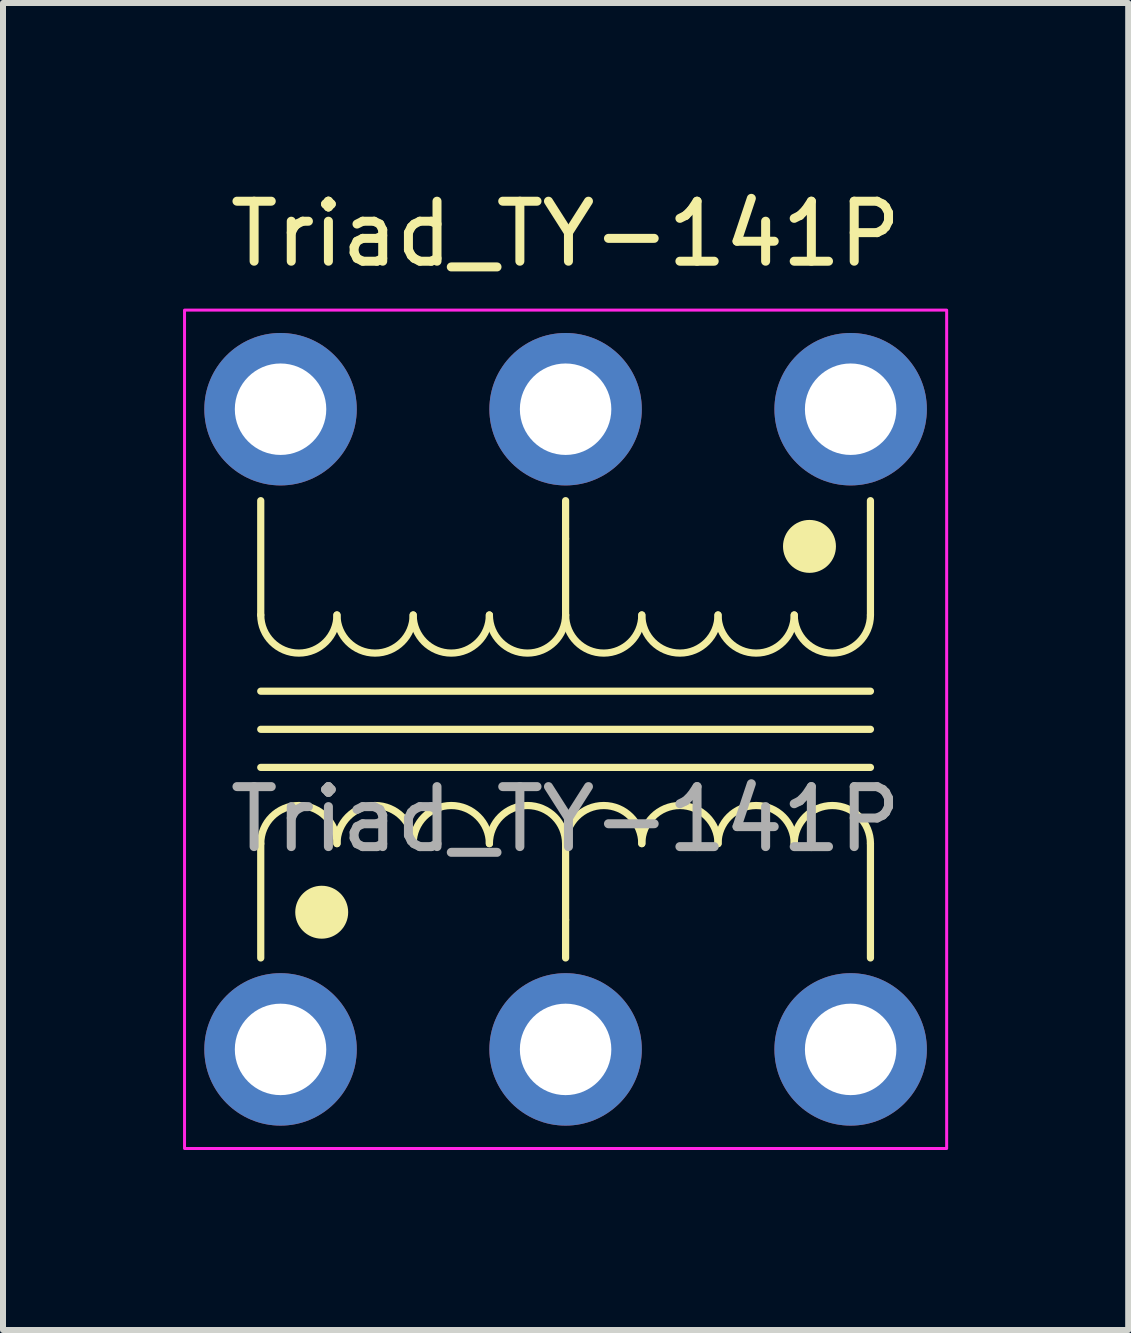
<source format=kicad_pcb>
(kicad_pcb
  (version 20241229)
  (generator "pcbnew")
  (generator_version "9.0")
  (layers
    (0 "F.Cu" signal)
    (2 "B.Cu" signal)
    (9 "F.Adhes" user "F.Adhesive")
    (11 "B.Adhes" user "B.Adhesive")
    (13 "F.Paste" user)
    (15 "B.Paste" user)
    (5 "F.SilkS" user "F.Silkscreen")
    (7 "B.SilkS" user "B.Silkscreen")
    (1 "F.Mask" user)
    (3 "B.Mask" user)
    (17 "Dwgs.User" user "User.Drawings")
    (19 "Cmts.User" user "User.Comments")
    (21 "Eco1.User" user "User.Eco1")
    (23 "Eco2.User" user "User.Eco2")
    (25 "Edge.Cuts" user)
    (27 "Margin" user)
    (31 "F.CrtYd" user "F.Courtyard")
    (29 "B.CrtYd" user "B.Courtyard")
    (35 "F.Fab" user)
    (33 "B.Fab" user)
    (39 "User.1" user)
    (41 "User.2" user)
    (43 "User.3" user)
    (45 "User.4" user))
  (footprint "Triad_TY-141P"
    (layer "F.Cu")
    (at 6.375 9.103)
    (property "Reference" "Triad_TY-141P" (at 0 -8.255 0) (unlocked yes) (layer "F.SilkS") (effects (font (size 1 1) (thickness 0.15))))
    (attr smd)
    (fp_line (start -5.08 -1.905) (end -5.08 -3.81) (stroke (width 0.12) (type solid)) (layer "F.SilkS"))
    (fp_line (start -5.08 -0.635) (end 5.08 -0.635) (stroke (width 0.12) (type solid)) (layer "F.SilkS"))
    (fp_line (start -5.08 0) (end 5.08 0) (stroke (width 0.12) (type solid)) (layer "F.SilkS"))
    (fp_line (start -5.08 0.635) (end 5.08 0.635) (stroke (width 0.12) (type solid)) (layer "F.SilkS"))
    (fp_line (start -5.08 1.905) (end -5.08 3.81) (stroke (width 0.12) (type solid)) (layer "F.SilkS"))
    (fp_line (start 0 -3.175) (end 0 -3.81) (stroke (width 0.12) (type solid)) (layer "F.SilkS"))
    (fp_line (start 0 -1.905) (end 0 -3.175) (stroke (width 0.12) (type solid)) (layer "F.SilkS"))
    (fp_line (start 0 1.905) (end 0 3.175) (stroke (width 0.12) (type solid)) (layer "F.SilkS"))
    (fp_line (start 0 3.175) (end 0 3.81) (stroke (width 0.12) (type solid)) (layer "F.SilkS"))
    (fp_line (start 5.08 -1.905) (end 5.08 -3.81) (stroke (width 0.12) (type solid)) (layer "F.SilkS"))
    (fp_line (start 5.08 1.905) (end 5.08 3.81) (stroke (width 0.12) (type solid)) (layer "F.SilkS"))
    (fp_arc (start -5.08 1.905) (mid -4.445 1.27) (end -3.81 1.905) (stroke (width 0.12) (type solid)) (layer "F.SilkS"))
    (fp_arc (start -3.81 -1.905) (mid -4.445 -1.27) (end -5.08 -1.905) (stroke (width 0.12) (type solid)) (layer "F.SilkS"))
    (fp_arc (start -3.81 1.905) (mid -3.175 1.27) (end -2.54 1.905) (stroke (width 0.12) (type solid)) (layer "F.SilkS"))
    (fp_arc (start -2.54 -1.905) (mid -3.175 -1.27) (end -3.81 -1.905) (stroke (width 0.12) (type solid)) (layer "F.SilkS"))
    (fp_arc (start -2.54 1.905) (mid -1.905 1.27) (end -1.27 1.905) (stroke (width 0.12) (type solid)) (layer "F.SilkS"))
    (fp_arc (start -1.27 -1.905) (mid -1.905 -1.27) (end -2.54 -1.905) (stroke (width 0.12) (type solid)) (layer "F.SilkS"))
    (fp_arc (start -1.27 1.905) (mid -0.635 1.27) (end 0 1.905) (stroke (width 0.12) (type solid)) (layer "F.SilkS"))
    (fp_arc (start 0 -1.905) (mid -0.635 -1.27) (end -1.27 -1.905) (stroke (width 0.12) (type solid)) (layer "F.SilkS"))
    (fp_arc (start 0 1.905) (mid 0.635 1.27) (end 1.27 1.905) (stroke (width 0.12) (type solid)) (layer "F.SilkS"))
    (fp_arc (start 1.27 -1.905) (mid 0.635 -1.27) (end 0 -1.905) (stroke (width 0.12) (type solid)) (layer "F.SilkS"))
    (fp_arc (start 1.27 1.905) (mid 1.905 1.27) (end 2.54 1.905) (stroke (width 0.12) (type solid)) (layer "F.SilkS"))
    (fp_arc (start 2.54 -1.905) (mid 1.905 -1.27) (end 1.27 -1.905) (stroke (width 0.12) (type solid)) (layer "F.SilkS"))
    (fp_arc (start 2.54 1.905) (mid 3.175 1.27) (end 3.81 1.905) (stroke (width 0.12) (type solid)) (layer "F.SilkS"))
    (fp_arc (start 3.81 -1.905) (mid 3.175 -1.27) (end 2.54 -1.905) (stroke (width 0.12) (type solid)) (layer "F.SilkS"))
    (fp_arc (start 3.81 1.905) (mid 4.445 1.27) (end 5.08 1.905) (stroke (width 0.12) (type solid)) (layer "F.SilkS"))
    (fp_arc (start 5.08 -1.905) (mid 4.445 -1.27) (end 3.81 -1.905) (stroke (width 0.12) (type solid)) (layer "F.SilkS"))
    (fp_circle (center -4.064 3.048) (end -3.683 3.048) (stroke (width 0.12) (type solid)) (fill yes) (layer "F.SilkS"))
    (fp_circle (center 4.064 -3.048) (end 4.445 -3.048) (stroke (width 0.12) (type solid)) (fill yes) (layer "F.SilkS"))
    (fp_rect (start -6.35 -6.985) (end 6.35 6.985) (stroke (width 0.05) (type solid)) (fill no) (layer "F.CrtYd"))
    (fp_text user "${REFERENCE}" (at 0 1.5 0) (unlocked yes) (layer "F.Fab") (effects (font (size 1 1) (thickness 0.15))))
    (pad "1" thru_hole circle (at -4.75 5.334) (size 2.54 2.54) (drill 1.524) (layers "*.Cu" "*.Mask"))
    (pad "2" thru_hole circle (at 0 5.334) (size 2.54 2.54) (drill 1.524) (layers "*.Cu" "*.Mask"))
    (pad "3" thru_hole circle (at 4.75 5.334) (size 2.54 2.54) (drill 1.524) (layers "*.Cu" "*.Mask"))
    (pad "4" thru_hole circle (at 4.75 -5.334) (size 2.54 2.54) (drill 1.524) (layers "*.Cu" "*.Mask"))
    (pad "5" thru_hole circle (at 0 -5.334) (size 2.54 2.54) (drill 1.524) (layers "*.Cu" "*.Mask"))
    (pad "6" thru_hole circle (at -4.75 -5.334) (size 2.54 2.54) (drill 1.524) (layers "*.Cu" "*.Mask")))
  (gr_rect
    (start -3 -3)
    (end 15.75 19.113)
    (stroke (width 0.1) (type default))
    (fill no)
    (layer "Edge.Cuts")))
</source>
